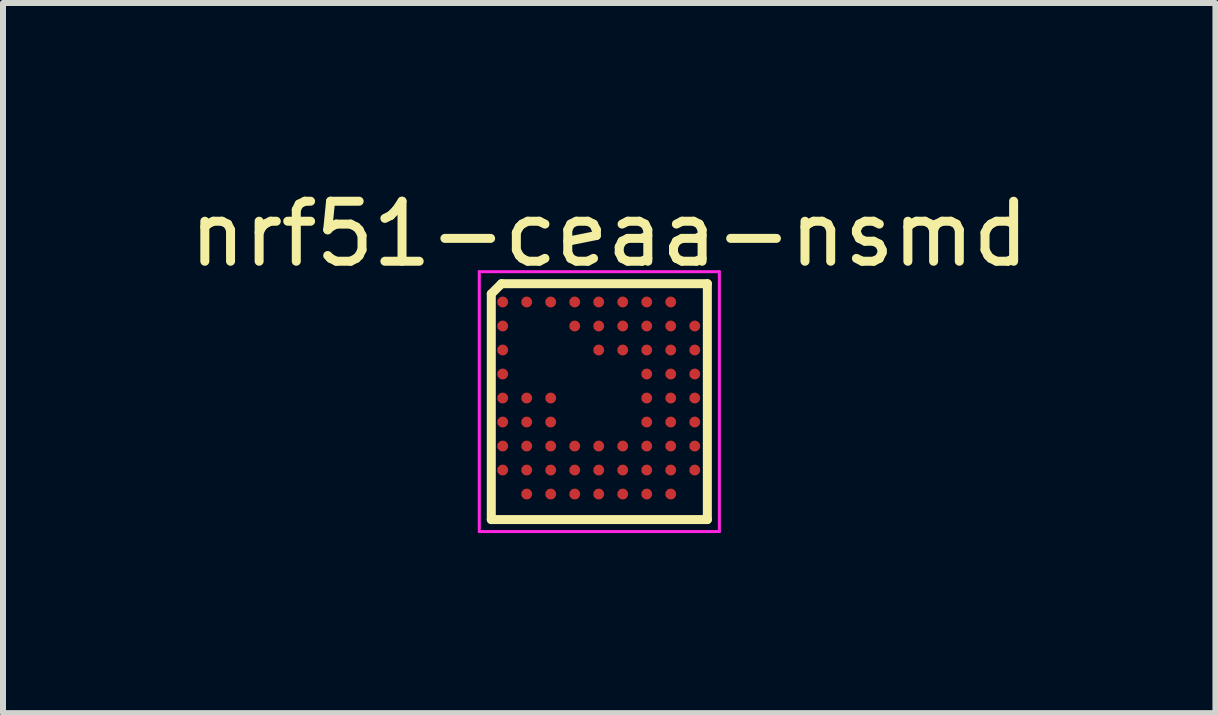
<source format=kicad_pcb>
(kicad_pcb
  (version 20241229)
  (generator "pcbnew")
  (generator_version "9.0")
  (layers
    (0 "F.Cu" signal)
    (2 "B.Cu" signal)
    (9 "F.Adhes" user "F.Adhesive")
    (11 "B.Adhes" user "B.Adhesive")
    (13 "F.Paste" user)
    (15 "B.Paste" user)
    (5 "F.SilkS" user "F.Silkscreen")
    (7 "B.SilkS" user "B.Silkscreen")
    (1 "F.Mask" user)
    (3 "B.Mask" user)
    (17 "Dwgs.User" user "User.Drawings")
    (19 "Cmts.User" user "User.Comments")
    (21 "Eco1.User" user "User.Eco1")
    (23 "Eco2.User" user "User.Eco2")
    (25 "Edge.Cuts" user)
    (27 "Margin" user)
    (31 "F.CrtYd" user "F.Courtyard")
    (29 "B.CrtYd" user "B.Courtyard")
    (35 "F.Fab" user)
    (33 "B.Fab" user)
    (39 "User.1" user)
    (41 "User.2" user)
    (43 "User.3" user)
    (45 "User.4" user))
  (footprint "nrf51-ceaa-nsmd"
    (layer "F.Cu")
    (at 7.101 3.642)
    (property "Reference" "nrf51-ceaa-nsmd" (at 0 -2.794 0) (layer "F.SilkS") (effects (font (size 1 1) (thickness 0.15))))
    (attr smd)
    (fp_line (start -1.965 -1.795) (end -1.795 -1.965) (stroke (width 0.15) (type solid)) (layer "F.SilkS"))
    (fp_line (start -1.965 1.965) (end -1.965 -1.795) (stroke (width 0.15) (type solid)) (layer "F.SilkS"))
    (fp_line (start -1.965 1.965) (end 1.635 1.965) (stroke (width 0.15) (type solid)) (layer "F.SilkS"))
    (fp_line (start -1.795 -1.965) (end 1.635 -1.965) (stroke (width 0.15) (type solid)) (layer "F.SilkS"))
    (fp_line (start 1.635 1.965) (end 1.635 -1.965) (stroke (width 0.15) (type solid)) (layer "F.SilkS"))
    (fp_line (start -2.165 -2.165) (end 1.835 -2.165) (stroke (width 0.05) (type solid)) (layer "F.CrtYd"))
    (fp_line (start -2.165 2.165) (end -2.165 -2.165) (stroke (width 0.05) (type solid)) (layer "F.CrtYd"))
    (fp_line (start -2.165 2.165) (end 1.835 2.165) (stroke (width 0.05) (type solid)) (layer "F.CrtYd"))
    (fp_line (start 1.835 2.165) (end 1.835 -2.165) (stroke (width 0.05) (type solid)) (layer "F.CrtYd"))
    (pad "A1" smd circle (at -1.775 -1.66) (size 0.18 0.18) (layers "F.Cu" "F.Mask" "F.Paste"))
    (pad "A2" smd circle (at -1.375 -1.66) (size 0.18 0.18) (layers "F.Cu" "F.Mask" "F.Paste"))
    (pad "A3" smd circle (at -0.975 -1.66) (size 0.18 0.18) (layers "F.Cu" "F.Mask" "F.Paste"))
    (pad "A4" smd circle (at -0.575 -1.66) (size 0.18 0.18) (layers "F.Cu" "F.Mask" "F.Paste"))
    (pad "A5" smd circle (at -0.175 -1.66) (size 0.18 0.18) (layers "F.Cu" "F.Mask" "F.Paste"))
    (pad "A6" smd circle (at 0.225 -1.66) (size 0.18 0.18) (layers "F.Cu" "F.Mask" "F.Paste"))
    (pad "A7" smd circle (at 0.625 -1.66) (size 0.18 0.18) (layers "F.Cu" "F.Mask" "F.Paste"))
    (pad "A8" smd circle (at 1.025 -1.66) (size 0.18 0.18) (layers "F.Cu" "F.Mask" "F.Paste"))
    (pad "B1" smd circle (at -1.775 -1.26) (size 0.18 0.18) (layers "F.Cu" "F.Mask" "F.Paste"))
    (pad "B4" smd circle (at -0.575 -1.26) (size 0.18 0.18) (layers "F.Cu" "F.Mask" "F.Paste"))
    (pad "B5" smd circle (at -0.175 -1.26) (size 0.18 0.18) (layers "F.Cu" "F.Mask" "F.Paste"))
    (pad "B6" smd circle (at 0.225 -1.26) (size 0.18 0.18) (layers "F.Cu" "F.Mask" "F.Paste"))
    (pad "B7" smd circle (at 0.625 -1.26) (size 0.18 0.18) (layers "F.Cu" "F.Mask" "F.Paste"))
    (pad "B8" smd circle (at 1.025 -1.26) (size 0.18 0.18) (layers "F.Cu" "F.Mask" "F.Paste"))
    (pad "B9" smd circle (at 1.425 -1.26) (size 0.18 0.18) (layers "F.Cu" "F.Mask" "F.Paste"))
    (pad "C1" smd circle (at -1.775 -0.86) (size 0.18 0.18) (layers "F.Cu" "F.Mask" "F.Paste"))
    (pad "C5" smd circle (at -0.175 -0.86) (size 0.18 0.18) (layers "F.Cu" "F.Mask" "F.Paste"))
    (pad "C6" smd circle (at 0.225 -0.86) (size 0.18 0.18) (layers "F.Cu" "F.Mask" "F.Paste"))
    (pad "C7" smd circle (at 0.625 -0.86) (size 0.18 0.18) (layers "F.Cu" "F.Mask" "F.Paste"))
    (pad "C8" smd circle (at 1.025 -0.86) (size 0.18 0.18) (layers "F.Cu" "F.Mask" "F.Paste"))
    (pad "C9" smd circle (at 1.425 -0.86) (size 0.18 0.18) (layers "F.Cu" "F.Mask" "F.Paste"))
    (pad "D1" smd circle (at -1.775 -0.46) (size 0.18 0.18) (layers "F.Cu" "F.Mask" "F.Paste"))
    (pad "D7" smd circle (at 0.625 -0.46) (size 0.18 0.18) (layers "F.Cu" "F.Mask" "F.Paste"))
    (pad "D8" smd circle (at 1.025 -0.46) (size 0.18 0.18) (layers "F.Cu" "F.Mask" "F.Paste"))
    (pad "D9" smd circle (at 1.425 -0.46) (size 0.18 0.18) (layers "F.Cu" "F.Mask" "F.Paste"))
    (pad "E1" smd circle (at -1.775 -0.06) (size 0.18 0.18) (layers "F.Cu" "F.Mask" "F.Paste"))
    (pad "E2" smd circle (at -1.375 -0.06) (size 0.18 0.18) (layers "F.Cu" "F.Mask" "F.Paste"))
    (pad "E3" smd circle (at -0.975 -0.06) (size 0.18 0.18) (layers "F.Cu" "F.Mask" "F.Paste"))
    (pad "E7" smd circle (at 0.625 -0.06) (size 0.18 0.18) (layers "F.Cu" "F.Mask" "F.Paste"))
    (pad "E8" smd circle (at 1.025 -0.06) (size 0.18 0.18) (layers "F.Cu" "F.Mask" "F.Paste"))
    (pad "E9" smd circle (at 1.425 -0.06) (size 0.18 0.18) (layers "F.Cu" "F.Mask" "F.Paste"))
    (pad "F1" smd circle (at -1.775 0.34) (size 0.18 0.18) (layers "F.Cu" "F.Mask" "F.Paste"))
    (pad "F2" smd circle (at -1.375 0.34) (size 0.18 0.18) (layers "F.Cu" "F.Mask" "F.Paste"))
    (pad "F3" smd circle (at -0.975 0.34) (size 0.18 0.18) (layers "F.Cu" "F.Mask" "F.Paste"))
    (pad "F7" smd circle (at 0.625 0.34) (size 0.18 0.18) (layers "F.Cu" "F.Mask" "F.Paste"))
    (pad "F8" smd circle (at 1.025 0.34) (size 0.18 0.18) (layers "F.Cu" "F.Mask" "F.Paste"))
    (pad "F9" smd circle (at 1.425 0.34) (size 0.18 0.18) (layers "F.Cu" "F.Mask" "F.Paste"))
    (pad "G1" smd circle (at -1.775 0.74) (size 0.18 0.18) (layers "F.Cu" "F.Mask" "F.Paste"))
    (pad "G2" smd circle (at -1.375 0.74) (size 0.18 0.18) (layers "F.Cu" "F.Mask" "F.Paste"))
    (pad "G3" smd circle (at -0.975 0.74) (size 0.18 0.18) (layers "F.Cu" "F.Mask" "F.Paste"))
    (pad "G4" smd circle (at -0.575 0.74) (size 0.18 0.18) (layers "F.Cu" "F.Mask" "F.Paste"))
    (pad "G5" smd circle (at -0.175 0.74) (size 0.18 0.18) (layers "F.Cu" "F.Mask" "F.Paste"))
    (pad "G6" smd circle (at 0.225 0.74) (size 0.18 0.18) (layers "F.Cu" "F.Mask" "F.Paste"))
    (pad "G7" smd circle (at 0.625 0.74) (size 0.18 0.18) (layers "F.Cu" "F.Mask" "F.Paste"))
    (pad "G8" smd circle (at 1.025 0.74) (size 0.18 0.18) (layers "F.Cu" "F.Mask" "F.Paste"))
    (pad "G9" smd circle (at 1.425 0.74) (size 0.18 0.18) (layers "F.Cu" "F.Mask" "F.Paste"))
    (pad "H1" smd circle (at -1.775 1.14) (size 0.18 0.18) (layers "F.Cu" "F.Mask" "F.Paste"))
    (pad "H2" smd circle (at -1.375 1.14) (size 0.18 0.18) (layers "F.Cu" "F.Mask" "F.Paste"))
    (pad "H3" smd circle (at -0.975 1.14) (size 0.18 0.18) (layers "F.Cu" "F.Mask" "F.Paste"))
    (pad "H4" smd circle (at -0.575 1.14) (size 0.18 0.18) (layers "F.Cu" "F.Mask" "F.Paste"))
    (pad "H5" smd circle (at -0.175 1.14) (size 0.18 0.18) (layers "F.Cu" "F.Mask" "F.Paste"))
    (pad "H6" smd circle (at 0.225 1.14) (size 0.18 0.18) (layers "F.Cu" "F.Mask" "F.Paste"))
    (pad "H7" smd circle (at 0.625 1.14) (size 0.18 0.18) (layers "F.Cu" "F.Mask" "F.Paste"))
    (pad "H8" smd circle (at 1.025 1.14) (size 0.18 0.18) (layers "F.Cu" "F.Mask" "F.Paste"))
    (pad "H9" smd circle (at 1.425 1.14) (size 0.18 0.18) (layers "F.Cu" "F.Mask" "F.Paste"))
    (pad "J2" smd circle (at -1.375 1.54) (size 0.18 0.18) (layers "F.Cu" "F.Mask" "F.Paste"))
    (pad "J3" smd circle (at -0.975 1.54) (size 0.18 0.18) (layers "F.Cu" "F.Mask" "F.Paste"))
    (pad "J4" smd circle (at -0.575 1.54) (size 0.18 0.18) (layers "F.Cu" "F.Mask" "F.Paste"))
    (pad "J5" smd circle (at -0.175 1.54) (size 0.18 0.18) (layers "F.Cu" "F.Mask" "F.Paste"))
    (pad "J6" smd circle (at 0.225 1.54) (size 0.18 0.18) (layers "F.Cu" "F.Mask" "F.Paste"))
    (pad "J7" smd circle (at 0.625 1.54) (size 0.18 0.18) (layers "F.Cu" "F.Mask" "F.Paste"))
    (pad "J8" smd circle (at 1.025 1.54) (size 0.18 0.18) (layers "F.Cu" "F.Mask" "F.Paste")))
  (gr_rect
    (start -3 -3)
    (end 17.202 8.832)
    (stroke (width 0.1) (type default))
    (fill no)
    (layer "Edge.Cuts")))
</source>
